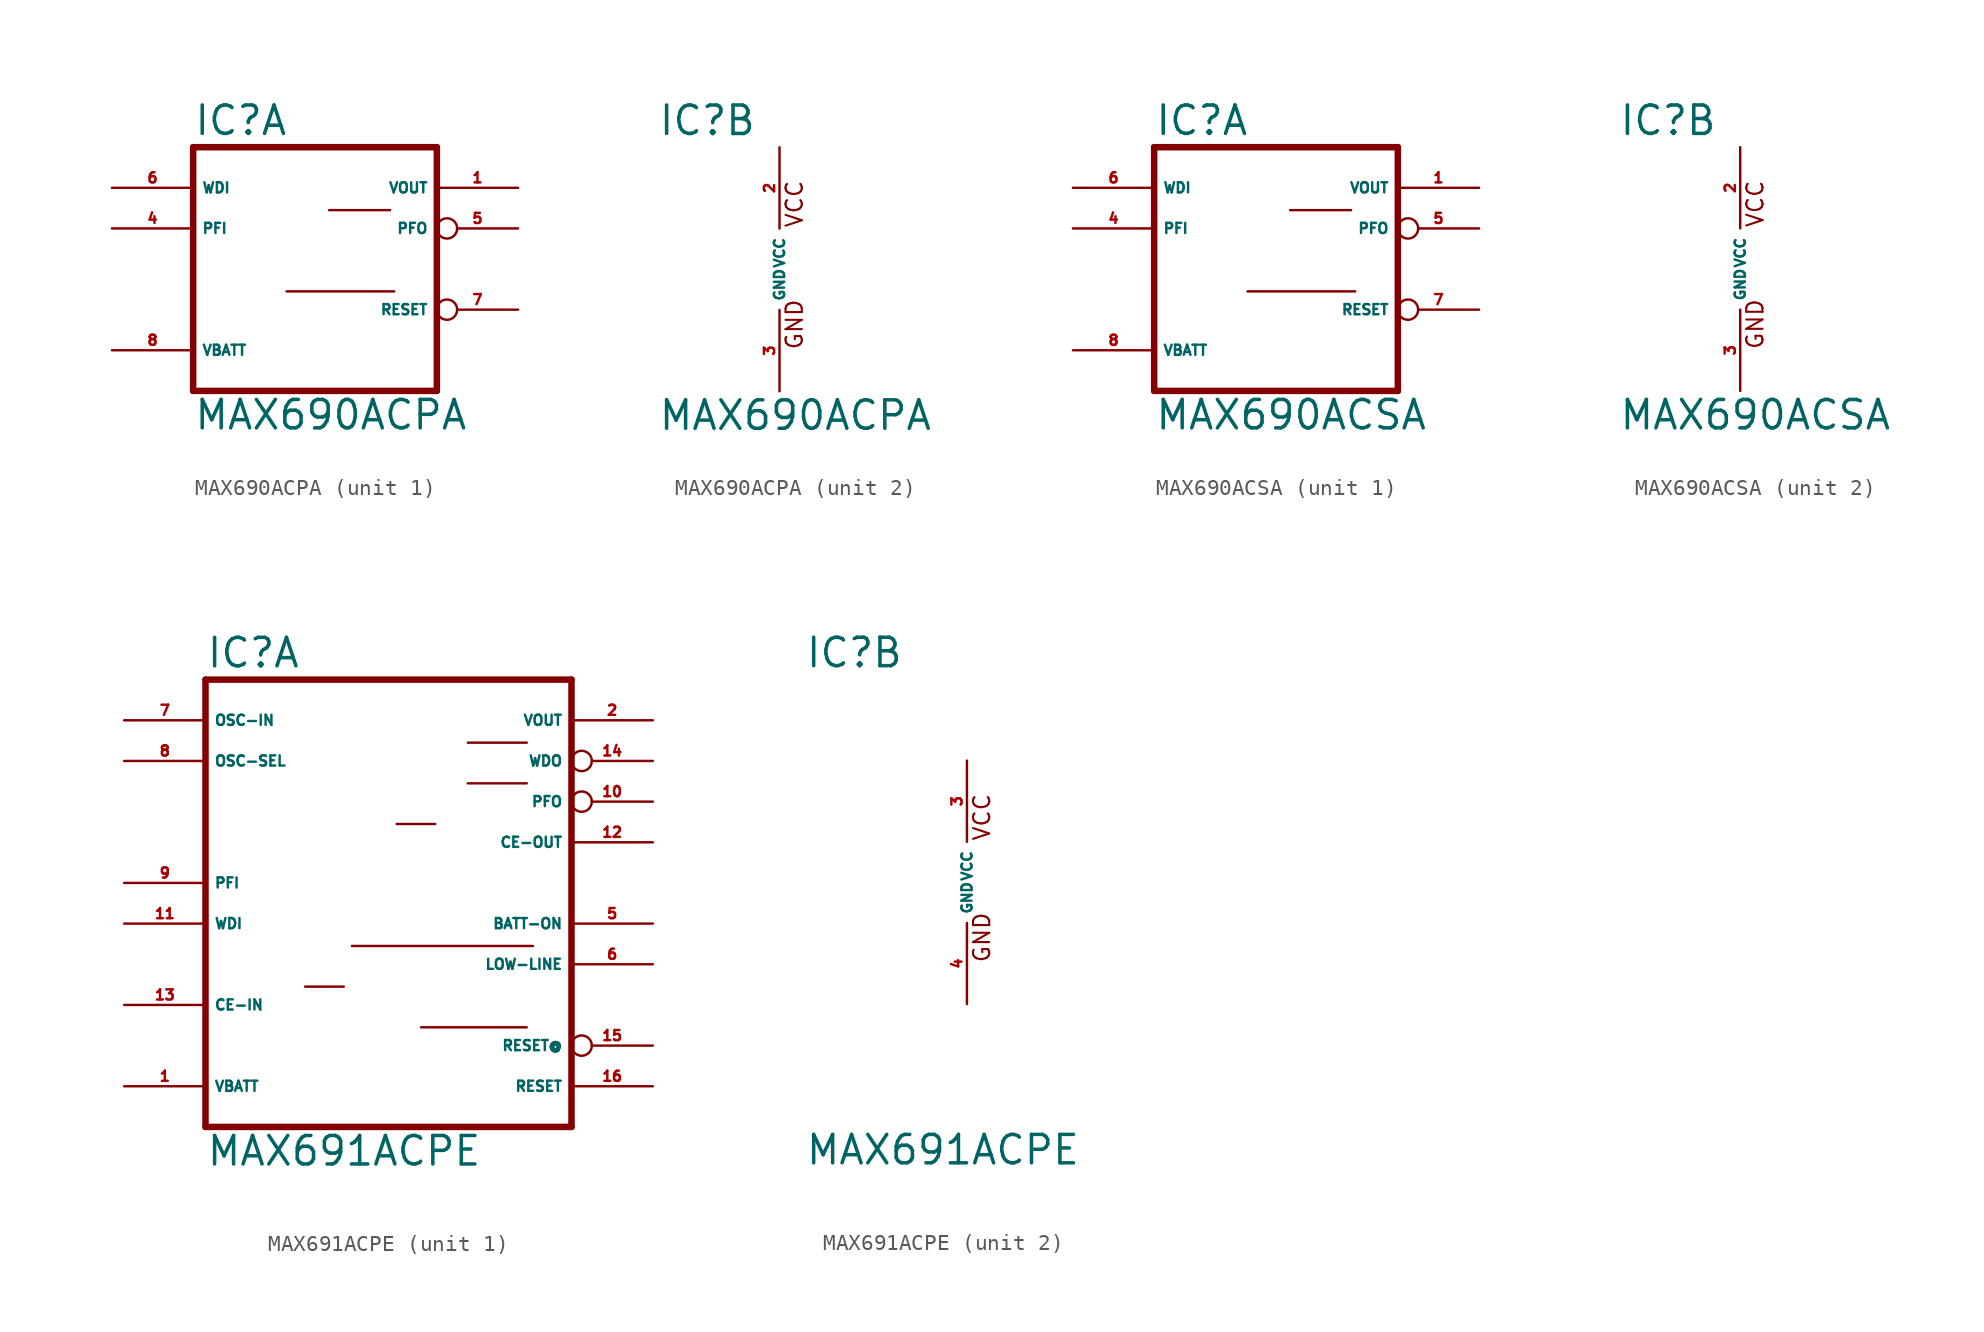
<source format=kicad_sym>
(kicad_symbol_lib
  (version 20220914)
  (generator Eagle2Kicad)
  (symbol "MAX690ACPA"
    (property "Reference" "IC"
      (at -7.62 8.255 0)
      (effects (font (size 1.778 1.778) (thickness 0.22)) (justify left bottom)))
    (property "Value" "MAX690ACPA"
      (at -7.62 -10.16 0)
      (effects (font (size 1.778 1.778) (thickness 0.22)) (justify left bottom)))
    (symbol "MAX690ACPA_1_0"
      (polyline (pts (xy -7.62 -7.62) (xy 7.62 -7.62)) (stroke (width 0.406) (type default)) (fill (type none)))
      (polyline (pts (xy 7.62 7.62) (xy 7.62 -7.62)) (stroke (width 0.406) (type default)) (fill (type none)))
      (polyline (pts (xy 7.62 7.62) (xy -7.62 7.62)) (stroke (width 0.406) (type default)) (fill (type none)))
      (polyline (pts (xy -7.62 -7.62) (xy -7.62 7.62)) (stroke (width 0.406) (type default)) (fill (type none)))
      (polyline (pts (xy -1.778 -1.397) (xy 4.953 -1.397)) (stroke (width 0.152) (type default)) (fill (type none)))
      (polyline (pts (xy 4.699 3.683) (xy 0.889 3.683)) (stroke (width 0.152) (type default)) (fill (type none)))
      (pin input line (at -12.7 5.08 0) (length 5.08) (name "WDI" (effects (font (size 0.635 0.635) (thickness 0.08)) (justify left bottom))) (number "6" (effects (font (size 0.635 0.635) (thickness 0.08)) (justify left bottom))))
      (pin input line (at -12.7 2.54 0) (length 5.08) (name "PFI" (effects (font (size 0.635 0.635) (thickness 0.08)) (justify left bottom))) (number "4" (effects (font (size 0.635 0.635) (thickness 0.08)) (justify left bottom))))
      (pin output inverted (at 12.7 -2.54 180) (length 5.08) (name "RESET" (effects (font (size 0.635 0.635) (thickness 0.08)) (justify left bottom))) (number "7" (effects (font (size 0.635 0.635) (thickness 0.08)) (justify left bottom))))
      (pin input line (at -12.7 -5.08 0) (length 5.08) (name "VBATT" (effects (font (size 0.635 0.635) (thickness 0.08)) (justify left bottom))) (number "8" (effects (font (size 0.635 0.635) (thickness 0.08)) (justify left bottom))))
      (pin output line (at 12.7 5.08 180) (length 5.08) (name "VOUT" (effects (font (size 0.635 0.635) (thickness 0.08)) (justify left bottom))) (number "1" (effects (font (size 0.635 0.635) (thickness 0.08)) (justify left bottom))))
      (pin output inverted (at 12.7 2.54 180) (length 5.08) (name "PFO" (effects (font (size 0.635 0.635) (thickness 0.08)) (justify left bottom))) (number "5" (effects (font (size 0.635 0.635) (thickness 0.08)) (justify left bottom)))))
    (symbol "MAX690ACPA_2_0"
      (text "GND" (at 1.524 -5.08 900) (effects (font (size 1.016 1.016) (thickness 0.13)) (justify left bottom)))
      (text "VCC" (at 1.524 2.54 900) (effects (font (size 1.016 1.016) (thickness 0.13)) (justify left bottom)))
      (pin unspecified line (at 0 7.62 270) (length 5.08) (name "VCC" (effects (font (size 0.635 0.635) (thickness 0.08)) (justify left bottom))) (number "2" (effects (font (size 0.635 0.635) (thickness 0.08)) (justify left bottom))))
      (pin unspecified line (at 0 -7.62 90) (length 5.08) (name "GND" (effects (font (size 0.635 0.635) (thickness 0.08)) (justify left bottom))) (number "3" (effects (font (size 0.635 0.635) (thickness 0.08)) (justify left bottom))))))
  (symbol "MAX690ACSA"
    (property "Reference" "IC"
      (at -7.62 8.255 0)
      (effects (font (size 1.778 1.778) (thickness 0.22)) (justify left bottom)))
    (property "Value" "MAX690ACSA"
      (at -7.62 -10.16 0)
      (effects (font (size 1.778 1.778) (thickness 0.22)) (justify left bottom)))
    (symbol "MAX690ACSA_1_0"
      (polyline (pts (xy -7.62 -7.62) (xy 7.62 -7.62)) (stroke (width 0.406) (type default)) (fill (type none)))
      (polyline (pts (xy 7.62 7.62) (xy 7.62 -7.62)) (stroke (width 0.406) (type default)) (fill (type none)))
      (polyline (pts (xy 7.62 7.62) (xy -7.62 7.62)) (stroke (width 0.406) (type default)) (fill (type none)))
      (polyline (pts (xy -7.62 -7.62) (xy -7.62 7.62)) (stroke (width 0.406) (type default)) (fill (type none)))
      (polyline (pts (xy -1.778 -1.397) (xy 4.953 -1.397)) (stroke (width 0.152) (type default)) (fill (type none)))
      (polyline (pts (xy 4.699 3.683) (xy 0.889 3.683)) (stroke (width 0.152) (type default)) (fill (type none)))
      (pin input line (at -12.7 5.08 0) (length 5.08) (name "WDI" (effects (font (size 0.635 0.635) (thickness 0.08)) (justify left bottom))) (number "6" (effects (font (size 0.635 0.635) (thickness 0.08)) (justify left bottom))))
      (pin input line (at -12.7 2.54 0) (length 5.08) (name "PFI" (effects (font (size 0.635 0.635) (thickness 0.08)) (justify left bottom))) (number "4" (effects (font (size 0.635 0.635) (thickness 0.08)) (justify left bottom))))
      (pin output inverted (at 12.7 -2.54 180) (length 5.08) (name "RESET" (effects (font (size 0.635 0.635) (thickness 0.08)) (justify left bottom))) (number "7" (effects (font (size 0.635 0.635) (thickness 0.08)) (justify left bottom))))
      (pin input line (at -12.7 -5.08 0) (length 5.08) (name "VBATT" (effects (font (size 0.635 0.635) (thickness 0.08)) (justify left bottom))) (number "8" (effects (font (size 0.635 0.635) (thickness 0.08)) (justify left bottom))))
      (pin output line (at 12.7 5.08 180) (length 5.08) (name "VOUT" (effects (font (size 0.635 0.635) (thickness 0.08)) (justify left bottom))) (number "1" (effects (font (size 0.635 0.635) (thickness 0.08)) (justify left bottom))))
      (pin output inverted (at 12.7 2.54 180) (length 5.08) (name "PFO" (effects (font (size 0.635 0.635) (thickness 0.08)) (justify left bottom))) (number "5" (effects (font (size 0.635 0.635) (thickness 0.08)) (justify left bottom)))))
    (symbol "MAX690ACSA_2_0"
      (text "GND" (at 1.524 -5.08 900) (effects (font (size 1.016 1.016) (thickness 0.13)) (justify left bottom)))
      (text "VCC" (at 1.524 2.54 900) (effects (font (size 1.016 1.016) (thickness 0.13)) (justify left bottom)))
      (pin unspecified line (at 0 7.62 270) (length 5.08) (name "VCC" (effects (font (size 0.635 0.635) (thickness 0.08)) (justify left bottom))) (number "2" (effects (font (size 0.635 0.635) (thickness 0.08)) (justify left bottom))))
      (pin unspecified line (at 0 -7.62 90) (length 5.08) (name "GND" (effects (font (size 0.635 0.635) (thickness 0.08)) (justify left bottom))) (number "3" (effects (font (size 0.635 0.635) (thickness 0.08)) (justify left bottom))))))
  (symbol "MAX691ACPE"
    (property "Reference" "IC"
      (at -10.16 13.335 0)
      (effects (font (size 1.778 1.778) (thickness 0.22)) (justify left bottom)))
    (property "Value" "MAX691ACPE"
      (at -10.16 -17.78 0)
      (effects (font (size 1.778 1.778) (thickness 0.22)) (justify left bottom)))
    (symbol "MAX691ACPE_1_0"
      (polyline (pts (xy -10.16 -15.24) (xy 12.7 -15.24)) (stroke (width 0.406) (type default)) (fill (type none)))
      (polyline (pts (xy 12.7 12.7) (xy 12.7 -15.24)) (stroke (width 0.406) (type default)) (fill (type none)))
      (polyline (pts (xy 12.7 12.7) (xy -10.16 12.7)) (stroke (width 0.406) (type default)) (fill (type none)))
      (polyline (pts (xy -10.16 -15.24) (xy -10.16 12.7)) (stroke (width 0.406) (type default)) (fill (type none)))
      (polyline (pts (xy -1.016 -3.937) (xy 10.287 -3.937)) (stroke (width 0.152) (type default)) (fill (type none)))
      (polyline (pts (xy 3.302 -9.017) (xy 9.906 -9.017)) (stroke (width 0.152) (type default)) (fill (type none)))
      (polyline (pts (xy 6.223 6.223) (xy 9.906 6.223)) (stroke (width 0.152) (type default)) (fill (type none)))
      (polyline (pts (xy 6.223 8.763) (xy 9.906 8.763)) (stroke (width 0.152) (type default)) (fill (type none)))
      (polyline (pts (xy -3.937 -6.477) (xy -1.524 -6.477)) (stroke (width 0.152) (type default)) (fill (type none)))
      (polyline (pts (xy 1.778 3.683) (xy 4.191 3.683)) (stroke (width 0.152) (type default)) (fill (type none)))
      (pin input line (at -15.24 -12.7 0) (length 5.08) (name "VBATT" (effects (font (size 0.635 0.635) (thickness 0.08)) (justify left bottom))) (number "1" (effects (font (size 0.635 0.635) (thickness 0.08)) (justify left bottom))))
      (pin output line (at 17.78 -2.54 180) (length 5.08) (name "BATT-ON" (effects (font (size 0.635 0.635) (thickness 0.08)) (justify left bottom))) (number "5" (effects (font (size 0.635 0.635) (thickness 0.08)) (justify left bottom))))
      (pin output inverted (at 17.78 5.08 180) (length 5.08) (name "PFO" (effects (font (size 0.635 0.635) (thickness 0.08)) (justify left bottom))) (number "10" (effects (font (size 0.635 0.635) (thickness 0.08)) (justify left bottom))))
      (pin output line (at 17.78 10.16 180) (length 5.08) (name "VOUT" (effects (font (size 0.635 0.635) (thickness 0.08)) (justify left bottom))) (number "2" (effects (font (size 0.635 0.635) (thickness 0.08)) (justify left bottom))))
      (pin output line (at 17.78 -5.08 180) (length 5.08) (name "LOW-LINE" (effects (font (size 0.635 0.635) (thickness 0.08)) (justify left bottom))) (number "6" (effects (font (size 0.635 0.635) (thickness 0.08)) (justify left bottom))))
      (pin passive line (at -15.24 10.16 0) (length 5.08) (name "OSC-IN" (effects (font (size 0.635 0.635) (thickness 0.08)) (justify left bottom))) (number "7" (effects (font (size 0.635 0.635) (thickness 0.08)) (justify left bottom))))
      (pin passive line (at -15.24 7.62 0) (length 5.08) (name "OSC-SEL" (effects (font (size 0.635 0.635) (thickness 0.08)) (justify left bottom))) (number "8" (effects (font (size 0.635 0.635) (thickness 0.08)) (justify left bottom))))
      (pin output line (at 17.78 2.54 180) (length 5.08) (name "CE-OUT" (effects (font (size 0.635 0.635) (thickness 0.08)) (justify left bottom))) (number "12" (effects (font (size 0.635 0.635) (thickness 0.08)) (justify left bottom))))
      (pin input line (at -15.24 0 0) (length 5.08) (name "PFI" (effects (font (size 0.635 0.635) (thickness 0.08)) (justify left bottom))) (number "9" (effects (font (size 0.635 0.635) (thickness 0.08)) (justify left bottom))))
      (pin input line (at -15.24 -2.54 0) (length 5.08) (name "WDI" (effects (font (size 0.635 0.635) (thickness 0.08)) (justify left bottom))) (number "11" (effects (font (size 0.635 0.635) (thickness 0.08)) (justify left bottom))))
      (pin output inverted (at 17.78 7.62 180) (length 5.08) (name "WDO" (effects (font (size 0.635 0.635) (thickness 0.08)) (justify left bottom))) (number "14" (effects (font (size 0.635 0.635) (thickness 0.08)) (justify left bottom))))
      (pin output line (at 17.78 -12.7 180) (length 5.08) (name "RESET" (effects (font (size 0.635 0.635) (thickness 0.08)) (justify left bottom))) (number "16" (effects (font (size 0.635 0.635) (thickness 0.08)) (justify left bottom))))
      (pin input line (at -15.24 -7.62 0) (length 5.08) (name "CE-IN" (effects (font (size 0.635 0.635) (thickness 0.08)) (justify left bottom))) (number "13" (effects (font (size 0.635 0.635) (thickness 0.08)) (justify left bottom))))
      (pin output inverted (at 17.78 -10.16 180) (length 5.08) (name "RESET@" (effects (font (size 0.635 0.635) (thickness 0.08)) (justify left bottom))) (number "15" (effects (font (size 0.635 0.635) (thickness 0.08)) (justify left bottom)))))
    (symbol "MAX691ACPE_2_0"
      (text "GND" (at 1.524 -5.08 900) (effects (font (size 1.016 1.016) (thickness 0.13)) (justify left bottom)))
      (text "VCC" (at 1.524 2.54 900) (effects (font (size 1.016 1.016) (thickness 0.13)) (justify left bottom)))
      (pin unspecified line (at 0 7.62 270) (length 5.08) (name "VCC" (effects (font (size 0.635 0.635) (thickness 0.08)) (justify left bottom))) (number "3" (effects (font (size 0.635 0.635) (thickness 0.08)) (justify left bottom))))
      (pin unspecified line (at 0 -7.62 90) (length 5.08) (name "GND" (effects (font (size 0.635 0.635) (thickness 0.08)) (justify left bottom))) (number "4" (effects (font (size 0.635 0.635) (thickness 0.08)) (justify left bottom)))))))
</source>
